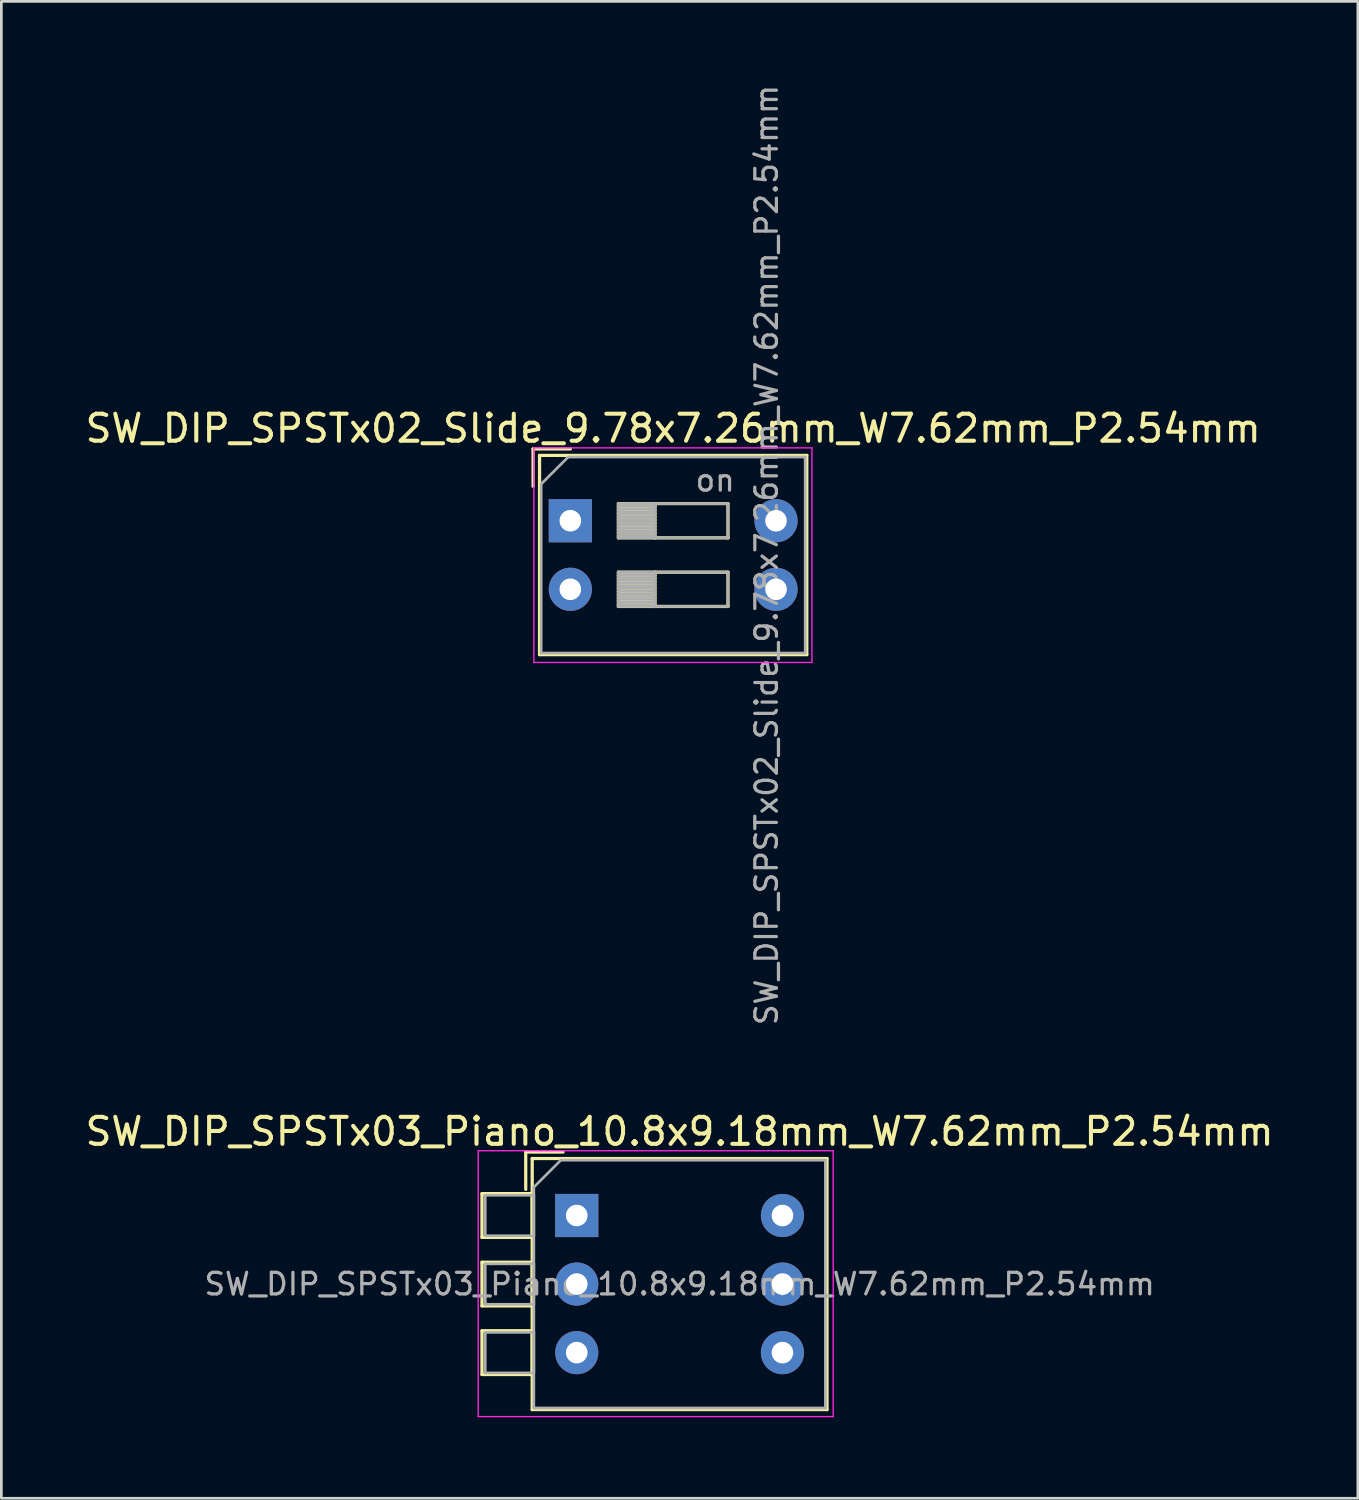
<source format=kicad_pcb>
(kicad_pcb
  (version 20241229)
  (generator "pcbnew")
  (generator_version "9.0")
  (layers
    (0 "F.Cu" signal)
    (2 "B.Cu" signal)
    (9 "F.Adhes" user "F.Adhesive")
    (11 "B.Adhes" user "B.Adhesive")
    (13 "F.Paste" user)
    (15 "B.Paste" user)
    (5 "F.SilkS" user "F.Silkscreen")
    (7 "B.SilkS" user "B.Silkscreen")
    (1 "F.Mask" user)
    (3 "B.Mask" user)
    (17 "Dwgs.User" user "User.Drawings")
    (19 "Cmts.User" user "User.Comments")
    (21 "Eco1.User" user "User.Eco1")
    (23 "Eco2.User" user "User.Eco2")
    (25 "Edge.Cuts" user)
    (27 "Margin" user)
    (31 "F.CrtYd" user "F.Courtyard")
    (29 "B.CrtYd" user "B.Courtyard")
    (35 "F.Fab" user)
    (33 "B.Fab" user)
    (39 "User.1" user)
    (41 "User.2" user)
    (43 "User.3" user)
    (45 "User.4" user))
  (footprint "SW_DIP_SPSTx02_Slide_9.78x7.26mm_W7.62mm_P2.54mm"
    (layer "F.Cu")
    (at 18.077 16.24)
    (property "Reference" "SW_DIP_SPSTx02_Slide_9.78x7.26mm_W7.62mm_P2.54mm" (at 3.81 -3.42 0) (layer "F.SilkS") (effects (font (size 1 1) (thickness 0.15))))
    (attr through_hole)
    (fp_line (start -1.38 -2.66) (end -1.38 -1.277) (stroke (width 0.12) (type solid)) (layer "F.SilkS"))
    (fp_line (start -1.38 -2.66) (end 0.004 -2.66) (stroke (width 0.12) (type solid)) (layer "F.SilkS"))
    (fp_line (start -1.14 -2.42) (end -1.14 4.96) (stroke (width 0.12) (type solid)) (layer "F.SilkS"))
    (fp_line (start -1.14 -2.42) (end 8.76 -2.42) (stroke (width 0.12) (type solid)) (layer "F.SilkS"))
    (fp_line (start -1.14 4.96) (end 8.76 4.96) (stroke (width 0.12) (type solid)) (layer "F.SilkS"))
    (fp_line (start 1.78 -0.635) (end 1.78 0.635) (stroke (width 0.12) (type solid)) (layer "F.SilkS"))
    (fp_line (start 1.78 -0.515) (end 3.133 -0.515) (stroke (width 0.12) (type solid)) (layer "F.SilkS"))
    (fp_line (start 1.78 -0.395) (end 3.133 -0.395) (stroke (width 0.12) (type solid)) (layer "F.SilkS"))
    (fp_line (start 1.78 -0.275) (end 3.133 -0.275) (stroke (width 0.12) (type solid)) (layer "F.SilkS"))
    (fp_line (start 1.78 -0.155) (end 3.133 -0.155) (stroke (width 0.12) (type solid)) (layer "F.SilkS"))
    (fp_line (start 1.78 -0.035) (end 3.133 -0.035) (stroke (width 0.12) (type solid)) (layer "F.SilkS"))
    (fp_line (start 1.78 0.085) (end 3.133 0.085) (stroke (width 0.12) (type solid)) (layer "F.SilkS"))
    (fp_line (start 1.78 0.205) (end 3.133 0.205) (stroke (width 0.12) (type solid)) (layer "F.SilkS"))
    (fp_line (start 1.78 0.325) (end 3.133 0.325) (stroke (width 0.12) (type solid)) (layer "F.SilkS"))
    (fp_line (start 1.78 0.445) (end 3.133 0.445) (stroke (width 0.12) (type solid)) (layer "F.SilkS"))
    (fp_line (start 1.78 0.565) (end 3.133 0.565) (stroke (width 0.12) (type solid)) (layer "F.SilkS"))
    (fp_line (start 1.78 0.635) (end 5.84 0.635) (stroke (width 0.12) (type solid)) (layer "F.SilkS"))
    (fp_line (start 1.78 1.905) (end 1.78 3.175) (stroke (width 0.12) (type solid)) (layer "F.SilkS"))
    (fp_line (start 1.78 2.025) (end 3.133 2.025) (stroke (width 0.12) (type solid)) (layer "F.SilkS"))
    (fp_line (start 1.78 2.145) (end 3.133 2.145) (stroke (width 0.12) (type solid)) (layer "F.SilkS"))
    (fp_line (start 1.78 2.265) (end 3.133 2.265) (stroke (width 0.12) (type solid)) (layer "F.SilkS"))
    (fp_line (start 1.78 2.385) (end 3.133 2.385) (stroke (width 0.12) (type solid)) (layer "F.SilkS"))
    (fp_line (start 1.78 2.505) (end 3.133 2.505) (stroke (width 0.12) (type solid)) (layer "F.SilkS"))
    (fp_line (start 1.78 2.625) (end 3.133 2.625) (stroke (width 0.12) (type solid)) (layer "F.SilkS"))
    (fp_line (start 1.78 2.745) (end 3.133 2.745) (stroke (width 0.12) (type solid)) (layer "F.SilkS"))
    (fp_line (start 1.78 2.865) (end 3.133 2.865) (stroke (width 0.12) (type solid)) (layer "F.SilkS"))
    (fp_line (start 1.78 2.985) (end 3.133 2.985) (stroke (width 0.12) (type solid)) (layer "F.SilkS"))
    (fp_line (start 1.78 3.105) (end 3.133 3.105) (stroke (width 0.12) (type solid)) (layer "F.SilkS"))
    (fp_line (start 1.78 3.175) (end 5.84 3.175) (stroke (width 0.12) (type solid)) (layer "F.SilkS"))
    (fp_line (start 3.133 -0.635) (end 3.133 0.635) (stroke (width 0.12) (type solid)) (layer "F.SilkS"))
    (fp_line (start 3.133 1.905) (end 3.133 3.175) (stroke (width 0.12) (type solid)) (layer "F.SilkS"))
    (fp_line (start 5.84 -0.635) (end 1.78 -0.635) (stroke (width 0.12) (type solid)) (layer "F.SilkS"))
    (fp_line (start 5.84 0.635) (end 5.84 -0.635) (stroke (width 0.12) (type solid)) (layer "F.SilkS"))
    (fp_line (start 5.84 1.905) (end 1.78 1.905) (stroke (width 0.12) (type solid)) (layer "F.SilkS"))
    (fp_line (start 5.84 3.175) (end 5.84 1.905) (stroke (width 0.12) (type solid)) (layer "F.SilkS"))
    (fp_line (start 8.76 -2.42) (end 8.76 4.96) (stroke (width 0.12) (type solid)) (layer "F.SilkS"))
    (fp_line (start -1.35 -2.7) (end -1.35 5.25) (stroke (width 0.05) (type solid)) (layer "F.CrtYd"))
    (fp_line (start -1.35 5.25) (end 8.95 5.25) (stroke (width 0.05) (type solid)) (layer "F.CrtYd"))
    (fp_line (start 8.95 -2.7) (end -1.35 -2.7) (stroke (width 0.05) (type solid)) (layer "F.CrtYd"))
    (fp_line (start 8.95 5.25) (end 8.95 -2.7) (stroke (width 0.05) (type solid)) (layer "F.CrtYd"))
    (fp_line (start -1.08 -1.36) (end -0.08 -2.36) (stroke (width 0.1) (type solid)) (layer "F.Fab"))
    (fp_line (start -1.08 4.9) (end -1.08 -1.36) (stroke (width 0.1) (type solid)) (layer "F.Fab"))
    (fp_line (start -0.08 -2.36) (end 8.7 -2.36) (stroke (width 0.1) (type solid)) (layer "F.Fab"))
    (fp_line (start 1.78 -0.635) (end 1.78 0.635) (stroke (width 0.1) (type solid)) (layer "F.Fab"))
    (fp_line (start 1.78 -0.535) (end 3.133 -0.535) (stroke (width 0.1) (type solid)) (layer "F.Fab"))
    (fp_line (start 1.78 -0.435) (end 3.133 -0.435) (stroke (width 0.1) (type solid)) (layer "F.Fab"))
    (fp_line (start 1.78 -0.335) (end 3.133 -0.335) (stroke (width 0.1) (type solid)) (layer "F.Fab"))
    (fp_line (start 1.78 -0.235) (end 3.133 -0.235) (stroke (width 0.1) (type solid)) (layer "F.Fab"))
    (fp_line (start 1.78 -0.135) (end 3.133 -0.135) (stroke (width 0.1) (type solid)) (layer "F.Fab"))
    (fp_line (start 1.78 -0.035) (end 3.133 -0.035) (stroke (width 0.1) (type solid)) (layer "F.Fab"))
    (fp_line (start 1.78 0.065) (end 3.133 0.065) (stroke (width 0.1) (type solid)) (layer "F.Fab"))
    (fp_line (start 1.78 0.165) (end 3.133 0.165) (stroke (width 0.1) (type solid)) (layer "F.Fab"))
    (fp_line (start 1.78 0.265) (end 3.133 0.265) (stroke (width 0.1) (type solid)) (layer "F.Fab"))
    (fp_line (start 1.78 0.365) (end 3.133 0.365) (stroke (width 0.1) (type solid)) (layer "F.Fab"))
    (fp_line (start 1.78 0.465) (end 3.133 0.465) (stroke (width 0.1) (type solid)) (layer "F.Fab"))
    (fp_line (start 1.78 0.565) (end 3.133 0.565) (stroke (width 0.1) (type solid)) (layer "F.Fab"))
    (fp_line (start 1.78 0.635) (end 5.84 0.635) (stroke (width 0.1) (type solid)) (layer "F.Fab"))
    (fp_line (start 1.78 1.905) (end 1.78 3.175) (stroke (width 0.1) (type solid)) (layer "F.Fab"))
    (fp_line (start 1.78 2.005) (end 3.133 2.005) (stroke (width 0.1) (type solid)) (layer "F.Fab"))
    (fp_line (start 1.78 2.105) (end 3.133 2.105) (stroke (width 0.1) (type solid)) (layer "F.Fab"))
    (fp_line (start 1.78 2.205) (end 3.133 2.205) (stroke (width 0.1) (type solid)) (layer "F.Fab"))
    (fp_line (start 1.78 2.305) (end 3.133 2.305) (stroke (width 0.1) (type solid)) (layer "F.Fab"))
    (fp_line (start 1.78 2.405) (end 3.133 2.405) (stroke (width 0.1) (type solid)) (layer "F.Fab"))
    (fp_line (start 1.78 2.505) (end 3.133 2.505) (stroke (width 0.1) (type solid)) (layer "F.Fab"))
    (fp_line (start 1.78 2.605) (end 3.133 2.605) (stroke (width 0.1) (type solid)) (layer "F.Fab"))
    (fp_line (start 1.78 2.705) (end 3.133 2.705) (stroke (width 0.1) (type solid)) (layer "F.Fab"))
    (fp_line (start 1.78 2.805) (end 3.133 2.805) (stroke (width 0.1) (type solid)) (layer "F.Fab"))
    (fp_line (start 1.78 2.905) (end 3.133 2.905) (stroke (width 0.1) (type solid)) (layer "F.Fab"))
    (fp_line (start 1.78 3.005) (end 3.133 3.005) (stroke (width 0.1) (type solid)) (layer "F.Fab"))
    (fp_line (start 1.78 3.105) (end 3.133 3.105) (stroke (width 0.1) (type solid)) (layer "F.Fab"))
    (fp_line (start 1.78 3.175) (end 5.84 3.175) (stroke (width 0.1) (type solid)) (layer "F.Fab"))
    (fp_line (start 3.133 -0.635) (end 3.133 0.635) (stroke (width 0.1) (type solid)) (layer "F.Fab"))
    (fp_line (start 3.133 1.905) (end 3.133 3.175) (stroke (width 0.1) (type solid)) (layer "F.Fab"))
    (fp_line (start 5.84 -0.635) (end 1.78 -0.635) (stroke (width 0.1) (type solid)) (layer "F.Fab"))
    (fp_line (start 5.84 0.635) (end 5.84 -0.635) (stroke (width 0.1) (type solid)) (layer "F.Fab"))
    (fp_line (start 5.84 1.905) (end 1.78 1.905) (stroke (width 0.1) (type solid)) (layer "F.Fab"))
    (fp_line (start 5.84 3.175) (end 5.84 1.905) (stroke (width 0.1) (type solid)) (layer "F.Fab"))
    (fp_line (start 8.7 -2.36) (end 8.7 4.9) (stroke (width 0.1) (type solid)) (layer "F.Fab"))
    (fp_line (start 8.7 4.9) (end -1.08 4.9) (stroke (width 0.1) (type solid)) (layer "F.Fab"))
    (fp_text user "${REFERENCE}" (at 7.27 1.27 90) (layer "F.Fab") (effects (font (size 0.8 0.8) (thickness 0.12))))
    (fp_text user "on" (at 5.365 -1.498 0) (layer "F.Fab") (effects (font (size 0.8 0.8) (thickness 0.12))))
    (pad "1" thru_hole rect (at 0 0) (size 1.6 1.6) (drill 0.8) (layers "*.Cu" "*.Mask"))
    (pad "2" thru_hole oval (at 0 2.54) (size 1.6 1.6) (drill 0.8) (layers "*.Cu" "*.Mask"))
    (pad "3" thru_hole oval (at 7.62 2.54) (size 1.6 1.6) (drill 0.8) (layers "*.Cu" "*.Mask"))
    (pad "4" thru_hole oval (at 7.62 0) (size 1.6 1.6) (drill 0.8) (layers "*.Cu" "*.Mask")))
  (footprint "SW_DIP_SPSTx03_Piano_10.8x9.18mm_W7.62mm_P2.54mm"
    (layer "F.Cu")
    (at 18.315 41.977)
    (property "Reference" "SW_DIP_SPSTx03_Piano_10.8x9.18mm_W7.62mm_P2.54mm" (at 3.81 -3.11 0) (layer "F.SilkS") (effects (font (size 1 1) (thickness 0.15))))
    (attr through_hole)
    (fp_line (start -3.51 -0.81) (end -3.51 0.81) (stroke (width 0.12) (type solid)) (layer "F.SilkS"))
    (fp_line (start -3.51 -0.81) (end -1.65 -0.81) (stroke (width 0.12) (type solid)) (layer "F.SilkS"))
    (fp_line (start -3.51 0.81) (end -1.65 0.81) (stroke (width 0.12) (type solid)) (layer "F.SilkS"))
    (fp_line (start -3.51 1.73) (end -3.51 3.35) (stroke (width 0.12) (type solid)) (layer "F.SilkS"))
    (fp_line (start -3.51 1.73) (end -1.65 1.73) (stroke (width 0.12) (type solid)) (layer "F.SilkS"))
    (fp_line (start -3.51 3.35) (end -1.65 3.35) (stroke (width 0.12) (type solid)) (layer "F.SilkS"))
    (fp_line (start -3.51 4.27) (end -3.51 5.89) (stroke (width 0.12) (type solid)) (layer "F.SilkS"))
    (fp_line (start -3.51 4.27) (end -1.65 4.27) (stroke (width 0.12) (type solid)) (layer "F.SilkS"))
    (fp_line (start -3.51 5.89) (end -1.65 5.89) (stroke (width 0.12) (type solid)) (layer "F.SilkS"))
    (fp_line (start -1.89 -2.35) (end -1.89 -0.967) (stroke (width 0.12) (type solid)) (layer "F.SilkS"))
    (fp_line (start -1.89 -2.35) (end -0.507 -2.35) (stroke (width 0.12) (type solid)) (layer "F.SilkS"))
    (fp_line (start -1.65 -2.11) (end -1.65 7.19) (stroke (width 0.12) (type solid)) (layer "F.SilkS"))
    (fp_line (start -1.65 -2.11) (end 9.27 -2.11) (stroke (width 0.12) (type solid)) (layer "F.SilkS"))
    (fp_line (start -1.65 -0.81) (end -1.65 0.81) (stroke (width 0.12) (type solid)) (layer "F.SilkS"))
    (fp_line (start -1.65 1.73) (end -1.65 3.35) (stroke (width 0.12) (type solid)) (layer "F.SilkS"))
    (fp_line (start -1.65 4.27) (end -1.65 5.89) (stroke (width 0.12) (type solid)) (layer "F.SilkS"))
    (fp_line (start -1.65 7.19) (end 9.27 7.19) (stroke (width 0.12) (type solid)) (layer "F.SilkS"))
    (fp_line (start 9.27 -2.11) (end 9.27 7.19) (stroke (width 0.12) (type solid)) (layer "F.SilkS"))
    (fp_line (start -3.65 -2.4) (end -3.65 7.45) (stroke (width 0.05) (type solid)) (layer "F.CrtYd"))
    (fp_line (start -3.65 7.45) (end 9.5 7.45) (stroke (width 0.05) (type solid)) (layer "F.CrtYd"))
    (fp_line (start 9.5 -2.4) (end -3.65 -2.4) (stroke (width 0.05) (type solid)) (layer "F.CrtYd"))
    (fp_line (start 9.5 7.45) (end 9.5 -2.4) (stroke (width 0.05) (type solid)) (layer "F.CrtYd"))
    (fp_line (start -3.39 -0.75) (end -1.59 -0.75) (stroke (width 0.1) (type solid)) (layer "F.Fab"))
    (fp_line (start -3.39 0.75) (end -3.39 -0.75) (stroke (width 0.1) (type solid)) (layer "F.Fab"))
    (fp_line (start -3.39 1.79) (end -1.59 1.79) (stroke (width 0.1) (type solid)) (layer "F.Fab"))
    (fp_line (start -3.39 3.29) (end -3.39 1.79) (stroke (width 0.1) (type solid)) (layer "F.Fab"))
    (fp_line (start -3.39 4.33) (end -1.59 4.33) (stroke (width 0.1) (type solid)) (layer "F.Fab"))
    (fp_line (start -3.39 5.83) (end -3.39 4.33) (stroke (width 0.1) (type solid)) (layer "F.Fab"))
    (fp_line (start -1.59 -1.05) (end -0.59 -2.05) (stroke (width 0.1) (type solid)) (layer "F.Fab"))
    (fp_line (start -1.59 -0.75) (end -1.59 0.75) (stroke (width 0.1) (type solid)) (layer "F.Fab"))
    (fp_line (start -1.59 0.75) (end -3.39 0.75) (stroke (width 0.1) (type solid)) (layer "F.Fab"))
    (fp_line (start -1.59 1.79) (end -1.59 3.29) (stroke (width 0.1) (type solid)) (layer "F.Fab"))
    (fp_line (start -1.59 3.29) (end -3.39 3.29) (stroke (width 0.1) (type solid)) (layer "F.Fab"))
    (fp_line (start -1.59 4.33) (end -1.59 5.83) (stroke (width 0.1) (type solid)) (layer "F.Fab"))
    (fp_line (start -1.59 5.83) (end -3.39 5.83) (stroke (width 0.1) (type solid)) (layer "F.Fab"))
    (fp_line (start -1.59 7.13) (end -1.59 -1.05) (stroke (width 0.1) (type solid)) (layer "F.Fab"))
    (fp_line (start -0.59 -2.05) (end 9.21 -2.05) (stroke (width 0.1) (type solid)) (layer "F.Fab"))
    (fp_line (start 9.21 -2.05) (end 9.21 7.13) (stroke (width 0.1) (type solid)) (layer "F.Fab"))
    (fp_line (start 9.21 7.13) (end -1.59 7.13) (stroke (width 0.1) (type solid)) (layer "F.Fab"))
    (fp_text user "${REFERENCE}" (at 3.81 2.54 0) (layer "F.Fab") (effects (font (size 0.8 0.8) (thickness 0.12))))
    (pad "1" thru_hole rect (at 0 0) (size 1.6 1.6) (drill 0.8) (layers "*.Cu" "*.Mask"))
    (pad "2" thru_hole oval (at 0 2.54) (size 1.6 1.6) (drill 0.8) (layers "*.Cu" "*.Mask"))
    (pad "3" thru_hole oval (at 0 5.08) (size 1.6 1.6) (drill 0.8) (layers "*.Cu" "*.Mask"))
    (pad "4" thru_hole oval (at 7.62 5.08) (size 1.6 1.6) (drill 0.8) (layers "*.Cu" "*.Mask"))
    (pad "5" thru_hole oval (at 7.62 2.54) (size 1.6 1.6) (drill 0.8) (layers "*.Cu" "*.Mask"))
    (pad "6" thru_hole oval (at 7.62 0) (size 1.6 1.6) (drill 0.8) (layers "*.Cu" "*.Mask")))
  (gr_rect
    (start -3 -3)
    (end 47.25 52.452)
    (stroke (width 0.1) (type default))
    (fill no)
    (layer "Edge.Cuts")))
</source>
